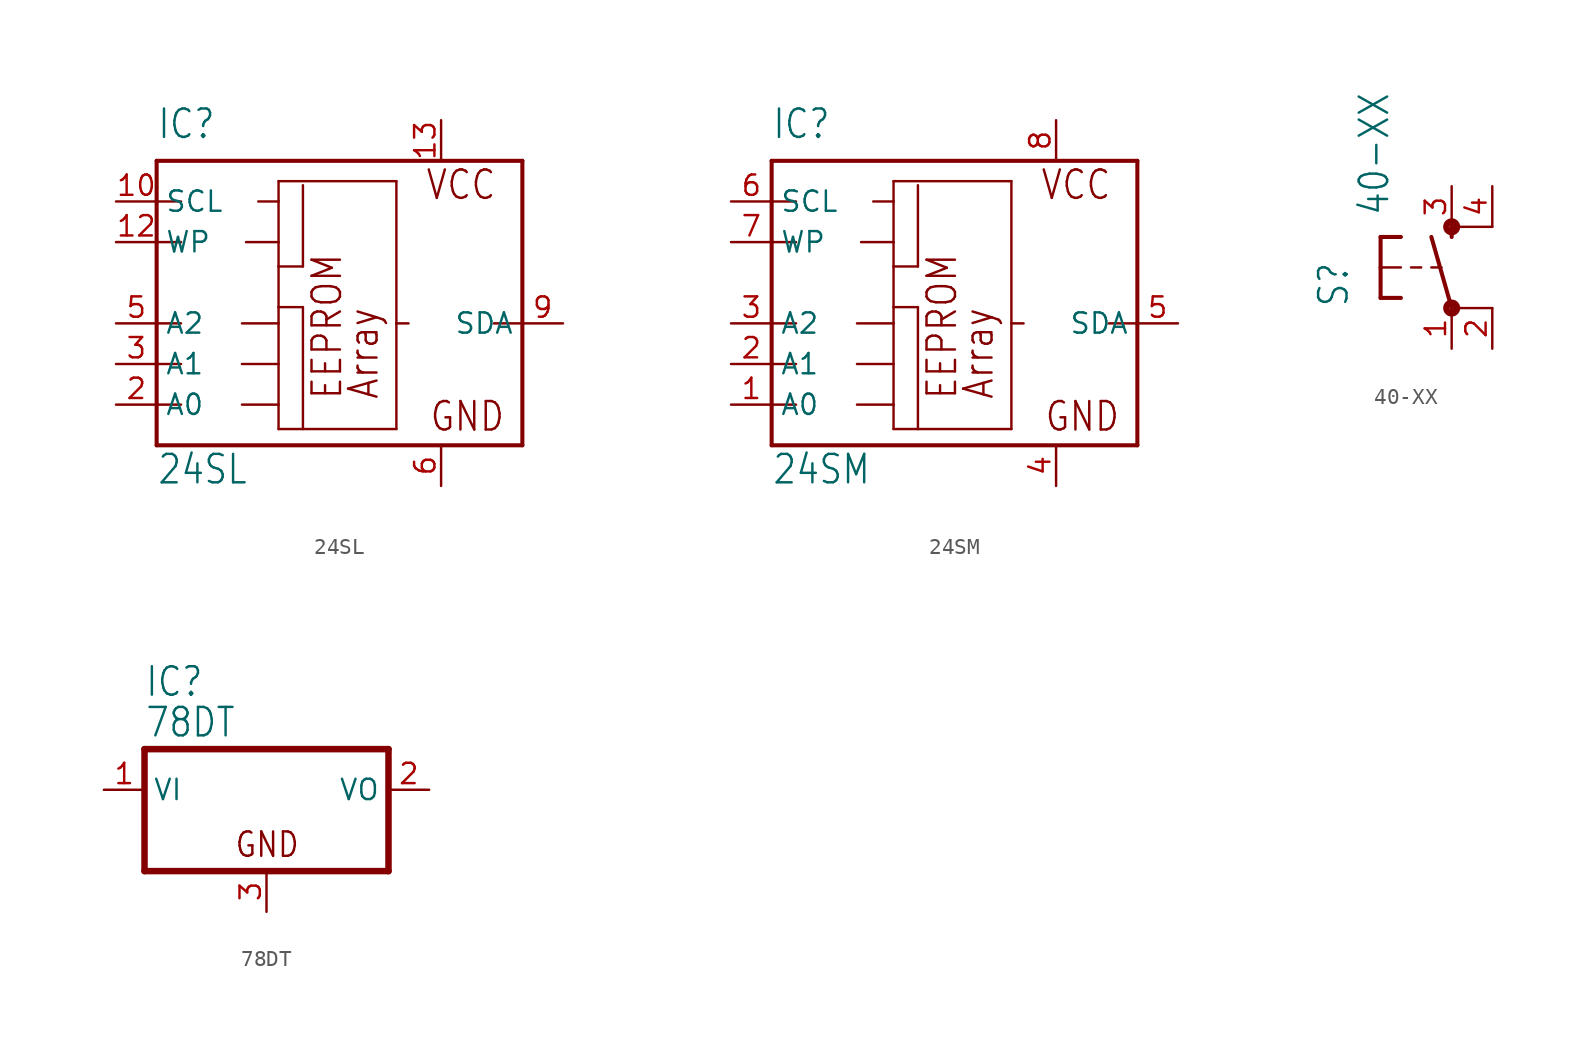
<source format=kicad_sym>
(kicad_symbol_lib
  (version 20211014)
  (generator kicad_symbol_editor)
  (symbol "24SL"
    (property "Reference" "IC"
      (at -10.16 11.43 0)
      (effects (font (size 1.778 1.511)) (justify left bottom)))
    (property "Value" "24SL"
      (at -10.16 -10.16 0)
      (effects (font (size 1.778 1.511)) (justify left bottom)))
    (property "ki_locked" ""
      (at 0 0 0)
      (effects (font (size 1.27 1.27))))
    (symbol "24SL_1_0"
      (polyline (pts (xy -10.16 -7.62) (xy -10.16 -5.08)) (stroke (width 0.254) (type default) (color 0 0 0 0)) (fill (type none)))
      (polyline (pts (xy -10.16 -5.08) (xy -10.16 -2.54)) (stroke (width 0.254) (type default) (color 0 0 0 0)) (fill (type none)))
      (polyline (pts (xy -10.16 -5.08) (xy -8.636 -5.08)) (stroke (width 0.152) (type default) (color 0 0 0 0)) (fill (type none)))
      (polyline (pts (xy -10.16 -2.54) (xy -10.16 0)) (stroke (width 0.254) (type default) (color 0 0 0 0)) (fill (type none)))
      (polyline (pts (xy -10.16 -2.54) (xy -8.636 -2.54)) (stroke (width 0.152) (type default) (color 0 0 0 0)) (fill (type none)))
      (polyline (pts (xy -10.16 0) (xy -10.16 5.08)) (stroke (width 0.254) (type default) (color 0 0 0 0)) (fill (type none)))
      (polyline (pts (xy -10.16 0) (xy -8.636 0)) (stroke (width 0.152) (type default) (color 0 0 0 0)) (fill (type none)))
      (polyline (pts (xy -10.16 5.08) (xy -10.16 7.62)) (stroke (width 0.254) (type default) (color 0 0 0 0)) (fill (type none)))
      (polyline (pts (xy -10.16 5.08) (xy -8.636 5.08)) (stroke (width 0.152) (type default) (color 0 0 0 0)) (fill (type none)))
      (polyline (pts (xy -10.16 7.62) (xy -10.16 10.16)) (stroke (width 0.254) (type default) (color 0 0 0 0)) (fill (type none)))
      (polyline (pts (xy -10.16 7.62) (xy -8.636 7.62)) (stroke (width 0.152) (type default) (color 0 0 0 0)) (fill (type none)))
      (polyline (pts (xy -10.16 10.16) (xy 12.7 10.16)) (stroke (width 0.254) (type default) (color 0 0 0 0)) (fill (type none)))
      (polyline (pts (xy -4.826 -5.08) (xy -2.54 -5.08)) (stroke (width 0.152) (type default) (color 0 0 0 0)) (fill (type none)))
      (polyline (pts (xy -4.826 -2.54) (xy -2.54 -2.54)) (stroke (width 0.152) (type default) (color 0 0 0 0)) (fill (type none)))
      (polyline (pts (xy -4.826 0) (xy -2.54 0)) (stroke (width 0.152) (type default) (color 0 0 0 0)) (fill (type none)))
      (polyline (pts (xy -4.572 5.08) (xy -2.54 5.08)) (stroke (width 0.152) (type default) (color 0 0 0 0)) (fill (type none)))
      (polyline (pts (xy -3.81 7.62) (xy -2.54 7.62)) (stroke (width 0.152) (type default) (color 0 0 0 0)) (fill (type none)))
      (polyline (pts (xy -2.54 -6.604) (xy -2.54 -5.08)) (stroke (width 0.152) (type default) (color 0 0 0 0)) (fill (type none)))
      (polyline (pts (xy -2.54 -5.08) (xy -2.54 -2.54)) (stroke (width 0.152) (type default) (color 0 0 0 0)) (fill (type none)))
      (polyline (pts (xy -2.54 -2.54) (xy -2.54 0)) (stroke (width 0.152) (type default) (color 0 0 0 0)) (fill (type none)))
      (polyline (pts (xy -2.54 0) (xy -2.54 1.016)) (stroke (width 0.152) (type default) (color 0 0 0 0)) (fill (type none)))
      (polyline (pts (xy -2.54 1.016) (xy -2.54 3.556)) (stroke (width 0.152) (type default) (color 0 0 0 0)) (fill (type none)))
      (polyline (pts (xy -2.54 1.016) (xy -1.016 1.016)) (stroke (width 0.152) (type default) (color 0 0 0 0)) (fill (type none)))
      (polyline (pts (xy -2.54 3.556) (xy -2.54 5.08)) (stroke (width 0.152) (type default) (color 0 0 0 0)) (fill (type none)))
      (polyline (pts (xy -2.54 3.556) (xy -1.016 3.556)) (stroke (width 0.152) (type default) (color 0 0 0 0)) (fill (type none)))
      (polyline (pts (xy -2.54 5.08) (xy -2.54 7.62)) (stroke (width 0.152) (type default) (color 0 0 0 0)) (fill (type none)))
      (polyline (pts (xy -2.54 7.62) (xy -2.54 8.89)) (stroke (width 0.152) (type default) (color 0 0 0 0)) (fill (type none)))
      (polyline (pts (xy -2.54 8.89) (xy 4.826 8.89)) (stroke (width 0.152) (type default) (color 0 0 0 0)) (fill (type none)))
      (polyline (pts (xy -1.016 -6.604) (xy -2.54 -6.604)) (stroke (width 0.152) (type default) (color 0 0 0 0)) (fill (type none)))
      (polyline (pts (xy -1.016 1.016) (xy -1.016 -6.604)) (stroke (width 0.152) (type default) (color 0 0 0 0)) (fill (type none)))
      (polyline (pts (xy -1.016 8.636) (xy -1.016 3.556)) (stroke (width 0.152) (type default) (color 0 0 0 0)) (fill (type none)))
      (polyline (pts (xy 4.826 -6.604) (xy -1.016 -6.604)) (stroke (width 0.152) (type default) (color 0 0 0 0)) (fill (type none)))
      (polyline (pts (xy 4.826 0) (xy 4.826 -6.604)) (stroke (width 0.152) (type default) (color 0 0 0 0)) (fill (type none)))
      (polyline (pts (xy 4.826 8.89) (xy 4.826 0)) (stroke (width 0.152) (type default) (color 0 0 0 0)) (fill (type none)))
      (polyline (pts (xy 5.588 0) (xy 4.826 0)) (stroke (width 0.152) (type default) (color 0 0 0 0)) (fill (type none)))
      (polyline (pts (xy 12.7 -7.62) (xy -10.16 -7.62)) (stroke (width 0.254) (type default) (color 0 0 0 0)) (fill (type none)))
      (polyline (pts (xy 12.7 0) (xy 10.922 0)) (stroke (width 0.152) (type default) (color 0 0 0 0)) (fill (type none)))
      (polyline (pts (xy 12.7 0) (xy 12.7 -7.62)) (stroke (width 0.254) (type default) (color 0 0 0 0)) (fill (type none)))
      (polyline (pts (xy 12.7 10.16) (xy 12.7 0)) (stroke (width 0.254) (type default) (color 0 0 0 0)) (fill (type none)))
      (text "Array" (at 3.81 -4.826 900) (effects (font (size 1.778 1.511)) (justify left bottom)))
      (text "EEPROM" (at 1.524 -4.826 900) (effects (font (size 1.778 1.511)) (justify left bottom)))
      (text "GND" (at 6.858 -6.858 0) (effects (font (size 1.778 1.511)) (justify left bottom)))
      (text "VCC" (at 6.604 7.62 0) (effects (font (size 1.778 1.511)) (justify left bottom)))
      (pin input line (at -12.7 7.62 0) (length 2.54) (name "SCL" (effects (font (size 1.27 1.27)))) (number "10" (effects (font (size 1.27 1.27)))))
      (pin input line (at -12.7 5.08 0) (length 2.54) (name "WP" (effects (font (size 1.27 1.27)))) (number "12" (effects (font (size 1.27 1.27)))))
      (pin power_in line (at 7.62 12.7 270) (length 2.54) (name "VCC" (effects (font (size 0 0)))) (number "13" (effects (font (size 1.27 1.27)))))
      (pin input line (at -12.7 -5.08 0) (length 2.54) (name "A0" (effects (font (size 1.27 1.27)))) (number "2" (effects (font (size 1.27 1.27)))))
      (pin input line (at -12.7 -2.54 0) (length 2.54) (name "A1" (effects (font (size 1.27 1.27)))) (number "3" (effects (font (size 1.27 1.27)))))
      (pin input line (at -12.7 0 0) (length 2.54) (name "A2" (effects (font (size 1.27 1.27)))) (number "5" (effects (font (size 1.27 1.27)))))
      (pin power_in line (at 7.62 -10.16 90) (length 2.54) (name "GND" (effects (font (size 0 0)))) (number "6" (effects (font (size 1.27 1.27)))))
      (pin bidirectional line (at 15.24 0 180) (length 2.54) (name "SDA" (effects (font (size 1.27 1.27)))) (number "9" (effects (font (size 1.27 1.27)))))))
  (symbol "24SM"
    (property "Reference" "IC"
      (at -10.16 11.43 0)
      (effects (font (size 1.778 1.511)) (justify left bottom)))
    (property "Value" "24SM"
      (at -10.16 -10.16 0)
      (effects (font (size 1.778 1.511)) (justify left bottom)))
    (property "ki_locked" ""
      (at 0 0 0)
      (effects (font (size 1.27 1.27))))
    (symbol "24SM_1_0"
      (polyline (pts (xy -10.16 -7.62) (xy -10.16 -5.08)) (stroke (width 0.254) (type default) (color 0 0 0 0)) (fill (type none)))
      (polyline (pts (xy -10.16 -5.08) (xy -10.16 -2.54)) (stroke (width 0.254) (type default) (color 0 0 0 0)) (fill (type none)))
      (polyline (pts (xy -10.16 -5.08) (xy -8.636 -5.08)) (stroke (width 0.152) (type default) (color 0 0 0 0)) (fill (type none)))
      (polyline (pts (xy -10.16 -2.54) (xy -10.16 0)) (stroke (width 0.254) (type default) (color 0 0 0 0)) (fill (type none)))
      (polyline (pts (xy -10.16 -2.54) (xy -8.636 -2.54)) (stroke (width 0.152) (type default) (color 0 0 0 0)) (fill (type none)))
      (polyline (pts (xy -10.16 0) (xy -10.16 5.08)) (stroke (width 0.254) (type default) (color 0 0 0 0)) (fill (type none)))
      (polyline (pts (xy -10.16 0) (xy -8.636 0)) (stroke (width 0.152) (type default) (color 0 0 0 0)) (fill (type none)))
      (polyline (pts (xy -10.16 5.08) (xy -10.16 7.62)) (stroke (width 0.254) (type default) (color 0 0 0 0)) (fill (type none)))
      (polyline (pts (xy -10.16 5.08) (xy -8.636 5.08)) (stroke (width 0.152) (type default) (color 0 0 0 0)) (fill (type none)))
      (polyline (pts (xy -10.16 7.62) (xy -10.16 10.16)) (stroke (width 0.254) (type default) (color 0 0 0 0)) (fill (type none)))
      (polyline (pts (xy -10.16 7.62) (xy -8.636 7.62)) (stroke (width 0.152) (type default) (color 0 0 0 0)) (fill (type none)))
      (polyline (pts (xy -10.16 10.16) (xy 12.7 10.16)) (stroke (width 0.254) (type default) (color 0 0 0 0)) (fill (type none)))
      (polyline (pts (xy -4.826 -5.08) (xy -2.54 -5.08)) (stroke (width 0.152) (type default) (color 0 0 0 0)) (fill (type none)))
      (polyline (pts (xy -4.826 -2.54) (xy -2.54 -2.54)) (stroke (width 0.152) (type default) (color 0 0 0 0)) (fill (type none)))
      (polyline (pts (xy -4.826 0) (xy -2.54 0)) (stroke (width 0.152) (type default) (color 0 0 0 0)) (fill (type none)))
      (polyline (pts (xy -4.572 5.08) (xy -2.54 5.08)) (stroke (width 0.152) (type default) (color 0 0 0 0)) (fill (type none)))
      (polyline (pts (xy -3.81 7.62) (xy -2.54 7.62)) (stroke (width 0.152) (type default) (color 0 0 0 0)) (fill (type none)))
      (polyline (pts (xy -2.54 -6.604) (xy -2.54 -5.08)) (stroke (width 0.152) (type default) (color 0 0 0 0)) (fill (type none)))
      (polyline (pts (xy -2.54 -5.08) (xy -2.54 -2.54)) (stroke (width 0.152) (type default) (color 0 0 0 0)) (fill (type none)))
      (polyline (pts (xy -2.54 -2.54) (xy -2.54 0)) (stroke (width 0.152) (type default) (color 0 0 0 0)) (fill (type none)))
      (polyline (pts (xy -2.54 0) (xy -2.54 1.016)) (stroke (width 0.152) (type default) (color 0 0 0 0)) (fill (type none)))
      (polyline (pts (xy -2.54 1.016) (xy -2.54 3.556)) (stroke (width 0.152) (type default) (color 0 0 0 0)) (fill (type none)))
      (polyline (pts (xy -2.54 1.016) (xy -1.016 1.016)) (stroke (width 0.152) (type default) (color 0 0 0 0)) (fill (type none)))
      (polyline (pts (xy -2.54 3.556) (xy -2.54 5.08)) (stroke (width 0.152) (type default) (color 0 0 0 0)) (fill (type none)))
      (polyline (pts (xy -2.54 3.556) (xy -1.016 3.556)) (stroke (width 0.152) (type default) (color 0 0 0 0)) (fill (type none)))
      (polyline (pts (xy -2.54 5.08) (xy -2.54 7.62)) (stroke (width 0.152) (type default) (color 0 0 0 0)) (fill (type none)))
      (polyline (pts (xy -2.54 7.62) (xy -2.54 8.89)) (stroke (width 0.152) (type default) (color 0 0 0 0)) (fill (type none)))
      (polyline (pts (xy -2.54 8.89) (xy 4.826 8.89)) (stroke (width 0.152) (type default) (color 0 0 0 0)) (fill (type none)))
      (polyline (pts (xy -1.016 -6.604) (xy -2.54 -6.604)) (stroke (width 0.152) (type default) (color 0 0 0 0)) (fill (type none)))
      (polyline (pts (xy -1.016 1.016) (xy -1.016 -6.604)) (stroke (width 0.152) (type default) (color 0 0 0 0)) (fill (type none)))
      (polyline (pts (xy -1.016 8.636) (xy -1.016 3.556)) (stroke (width 0.152) (type default) (color 0 0 0 0)) (fill (type none)))
      (polyline (pts (xy 4.826 -6.604) (xy -1.016 -6.604)) (stroke (width 0.152) (type default) (color 0 0 0 0)) (fill (type none)))
      (polyline (pts (xy 4.826 0) (xy 4.826 -6.604)) (stroke (width 0.152) (type default) (color 0 0 0 0)) (fill (type none)))
      (polyline (pts (xy 4.826 8.89) (xy 4.826 0)) (stroke (width 0.152) (type default) (color 0 0 0 0)) (fill (type none)))
      (polyline (pts (xy 5.588 0) (xy 4.826 0)) (stroke (width 0.152) (type default) (color 0 0 0 0)) (fill (type none)))
      (polyline (pts (xy 12.7 -7.62) (xy -10.16 -7.62)) (stroke (width 0.254) (type default) (color 0 0 0 0)) (fill (type none)))
      (polyline (pts (xy 12.7 0) (xy 10.922 0)) (stroke (width 0.152) (type default) (color 0 0 0 0)) (fill (type none)))
      (polyline (pts (xy 12.7 0) (xy 12.7 -7.62)) (stroke (width 0.254) (type default) (color 0 0 0 0)) (fill (type none)))
      (polyline (pts (xy 12.7 10.16) (xy 12.7 0)) (stroke (width 0.254) (type default) (color 0 0 0 0)) (fill (type none)))
      (text "Array" (at 3.81 -4.826 900) (effects (font (size 1.778 1.511)) (justify left bottom)))
      (text "EEPROM" (at 1.524 -4.826 900) (effects (font (size 1.778 1.511)) (justify left bottom)))
      (text "GND" (at 6.858 -6.858 0) (effects (font (size 1.778 1.511)) (justify left bottom)))
      (text "VCC" (at 6.604 7.62 0) (effects (font (size 1.778 1.511)) (justify left bottom)))
      (pin input line (at -12.7 -5.08 0) (length 2.54) (name "A0" (effects (font (size 1.27 1.27)))) (number "1" (effects (font (size 1.27 1.27)))))
      (pin input line (at -12.7 -2.54 0) (length 2.54) (name "A1" (effects (font (size 1.27 1.27)))) (number "2" (effects (font (size 1.27 1.27)))))
      (pin input line (at -12.7 0 0) (length 2.54) (name "A2" (effects (font (size 1.27 1.27)))) (number "3" (effects (font (size 1.27 1.27)))))
      (pin power_in line (at 7.62 -10.16 90) (length 2.54) (name "GND" (effects (font (size 0 0)))) (number "4" (effects (font (size 1.27 1.27)))))
      (pin bidirectional line (at 15.24 0 180) (length 2.54) (name "SDA" (effects (font (size 1.27 1.27)))) (number "5" (effects (font (size 1.27 1.27)))))
      (pin input line (at -12.7 7.62 0) (length 2.54) (name "SCL" (effects (font (size 1.27 1.27)))) (number "6" (effects (font (size 1.27 1.27)))))
      (pin input line (at -12.7 5.08 0) (length 2.54) (name "WP" (effects (font (size 1.27 1.27)))) (number "7" (effects (font (size 1.27 1.27)))))
      (pin power_in line (at 7.62 12.7 270) (length 2.54) (name "VCC" (effects (font (size 0 0)))) (number "8" (effects (font (size 1.27 1.27)))))))
  (symbol "40-XX"
    (property "Reference" "S"
      (at -6.35 -2.54 90)
      (effects (font (size 1.778 1.511)) (justify left bottom)))
    (property "Value" "40-XX"
      (at -3.81 3.175 90)
      (effects (font (size 1.778 1.511)) (justify left bottom)))
    (property "ki_locked" ""
      (at 0 0 0)
      (effects (font (size 1.27 1.27))))
    (symbol "40-XX_1_0"
      (circle (center 0 -2.54) (radius 0.127) (stroke (width 0.406) (type default) (color 0 0 0 0)) (fill (type none)))
      (polyline (pts (xy -4.445 -1.905) (xy -3.175 -1.905)) (stroke (width 0.254) (type default) (color 0 0 0 0)) (fill (type none)))
      (polyline (pts (xy -4.445 0) (xy -4.445 -1.905)) (stroke (width 0.254) (type default) (color 0 0 0 0)) (fill (type none)))
      (polyline (pts (xy -4.445 0) (xy -3.175 0)) (stroke (width 0.152) (type default) (color 0 0 0 0)) (fill (type none)))
      (polyline (pts (xy -4.445 1.905) (xy -4.445 0)) (stroke (width 0.254) (type default) (color 0 0 0 0)) (fill (type none)))
      (polyline (pts (xy -4.445 1.905) (xy -3.175 1.905)) (stroke (width 0.254) (type default) (color 0 0 0 0)) (fill (type none)))
      (polyline (pts (xy -2.54 0) (xy -1.905 0)) (stroke (width 0.152) (type default) (color 0 0 0 0)) (fill (type none)))
      (polyline (pts (xy -1.27 0) (xy -0.635 0)) (stroke (width 0.152) (type default) (color 0 0 0 0)) (fill (type none)))
      (polyline (pts (xy 0 -2.54) (xy -1.27 1.905)) (stroke (width 0.254) (type default) (color 0 0 0 0)) (fill (type none)))
      (polyline (pts (xy 0 1.905) (xy 0 2.54)) (stroke (width 0.254) (type default) (color 0 0 0 0)) (fill (type none)))
      (polyline (pts (xy 2.54 -2.54) (xy 0 -2.54)) (stroke (width 0.152) (type default) (color 0 0 0 0)) (fill (type none)))
      (polyline (pts (xy 2.54 2.54) (xy 0 2.54)) (stroke (width 0.152) (type default) (color 0 0 0 0)) (fill (type none)))
      (circle (center 0 2.54) (radius 0.127) (stroke (width 0.406) (type default) (color 0 0 0 0)) (fill (type none)))
      (pin passive line (at 0 -5.08 90) (length 2.54) (name "P" (effects (font (size 0 0)))) (number "1" (effects (font (size 1.27 1.27)))))
      (pin passive line (at 2.54 -5.08 90) (length 2.54) (name "P1" (effects (font (size 0 0)))) (number "2" (effects (font (size 1.27 1.27)))))
      (pin passive line (at 0 5.08 270) (length 2.54) (name "S" (effects (font (size 0 0)))) (number "3" (effects (font (size 1.27 1.27)))))
      (pin passive line (at 2.54 5.08 270) (length 2.54) (name "S1" (effects (font (size 0 0)))) (number "4" (effects (font (size 1.27 1.27)))))))
  (symbol "78DT"
    (property "Reference" "IC"
      (at -7.62 5.715 0)
      (effects (font (size 1.778 1.511)) (justify left bottom)))
    (property "Value" "78DT"
      (at -7.62 3.175 0)
      (effects (font (size 1.778 1.511)) (justify left bottom)))
    (property "ki_locked" ""
      (at 0 0 0)
      (effects (font (size 1.27 1.27))))
    (symbol "78DT_1_0"
      (polyline (pts (xy -7.62 -5.08) (xy 7.62 -5.08)) (stroke (width 0.406) (type default) (color 0 0 0 0)) (fill (type none)))
      (polyline (pts (xy -7.62 2.54) (xy -7.62 -5.08)) (stroke (width 0.406) (type default) (color 0 0 0 0)) (fill (type none)))
      (polyline (pts (xy 7.62 -5.08) (xy 7.62 2.54)) (stroke (width 0.406) (type default) (color 0 0 0 0)) (fill (type none)))
      (polyline (pts (xy 7.62 2.54) (xy -7.62 2.54)) (stroke (width 0.406) (type default) (color 0 0 0 0)) (fill (type none)))
      (text "GND" (at -2.032 -4.318 0) (effects (font (size 1.524 1.295)) (justify left bottom)))
      (pin input line (at -10.16 0 0) (length 2.54) (name "VI" (effects (font (size 1.27 1.27)))) (number "1" (effects (font (size 1.27 1.27)))))
      (pin passive line (at 10.16 0 180) (length 2.54) (name "VO" (effects (font (size 1.27 1.27)))) (number "2" (effects (font (size 1.27 1.27)))))
      (pin passive line (at 0 -7.62 90) (length 2.54) (name "GND" (effects (font (size 0 0)))) (number "3" (effects (font (size 1.27 1.27))))))))
</source>
